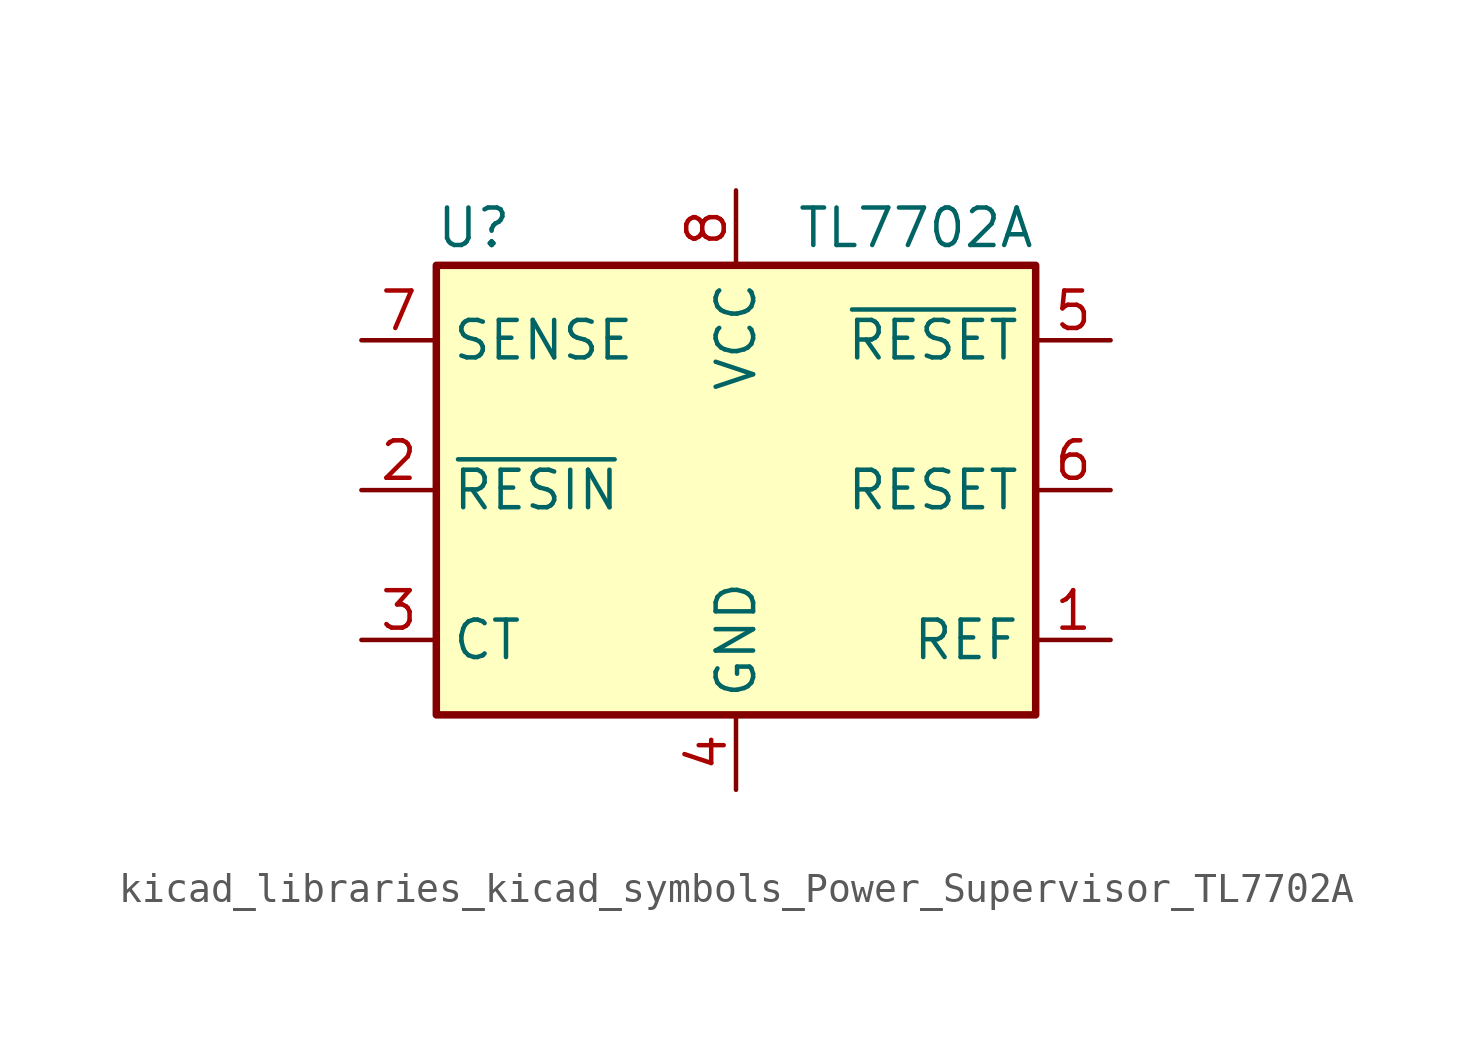
<source format=kicad_sym>
(kicad_symbol_lib
  (version 20220914)
  (generator kicad_symbol_editor)
  (symbol "kicad_libraries_kicad_symbols_Power_Supervisor_TL7702A"
    (property "Reference" "U"
      (at -8.89 8.89 0)
      (effects (font (size 1.27 1.27))))
    (property "Value" "TL7702A"
      (at 10.16 8.89 0)
      (effects (font (size 1.27 1.27)) (justify right)))
    (symbol "kicad_libraries_kicad_symbols_Power_Supervisor_TL7702A_0_1"
      (rectangle (start -10.16 7.62) (end 10.16 -7.62) (stroke (width 0.254) (type default)) (fill (type background))))
    (symbol "kicad_libraries_kicad_symbols_Power_Supervisor_TL7702A_1_1"
      (pin output line (at 12.7 -5.08 180) (length 2.54) (name "REF" (effects (font (size 1.27 1.27)))) (number "1" (effects (font (size 1.27 1.27)))))
      (pin input line (at -12.7 0 0) (length 2.54) (name "~{RESIN}" (effects (font (size 1.27 1.27)))) (number "2" (effects (font (size 1.27 1.27)))))
      (pin passive line (at -12.7 -5.08 0) (length 2.54) (name "CT" (effects (font (size 1.27 1.27)))) (number "3" (effects (font (size 1.27 1.27)))))
      (pin power_in line (at 0 -10.16 90) (length 2.54) (name "GND" (effects (font (size 1.27 1.27)))) (number "4" (effects (font (size 1.27 1.27)))))
      (pin open_collector line (at 12.7 5.08 180) (length 2.54) (name "~{RESET}" (effects (font (size 1.27 1.27)))) (number "5" (effects (font (size 1.27 1.27)))))
      (pin open_collector line (at 12.7 0 180) (length 2.54) (name "RESET" (effects (font (size 1.27 1.27)))) (number "6" (effects (font (size 1.27 1.27)))))
      (pin input line (at -12.7 5.08 0) (length 2.54) (name "SENSE" (effects (font (size 1.27 1.27)))) (number "7" (effects (font (size 1.27 1.27)))))
      (pin power_in line (at 0 10.16 270) (length 2.54) (name "VCC" (effects (font (size 1.27 1.27)))) (number "8" (effects (font (size 1.27 1.27))))))))
</source>
